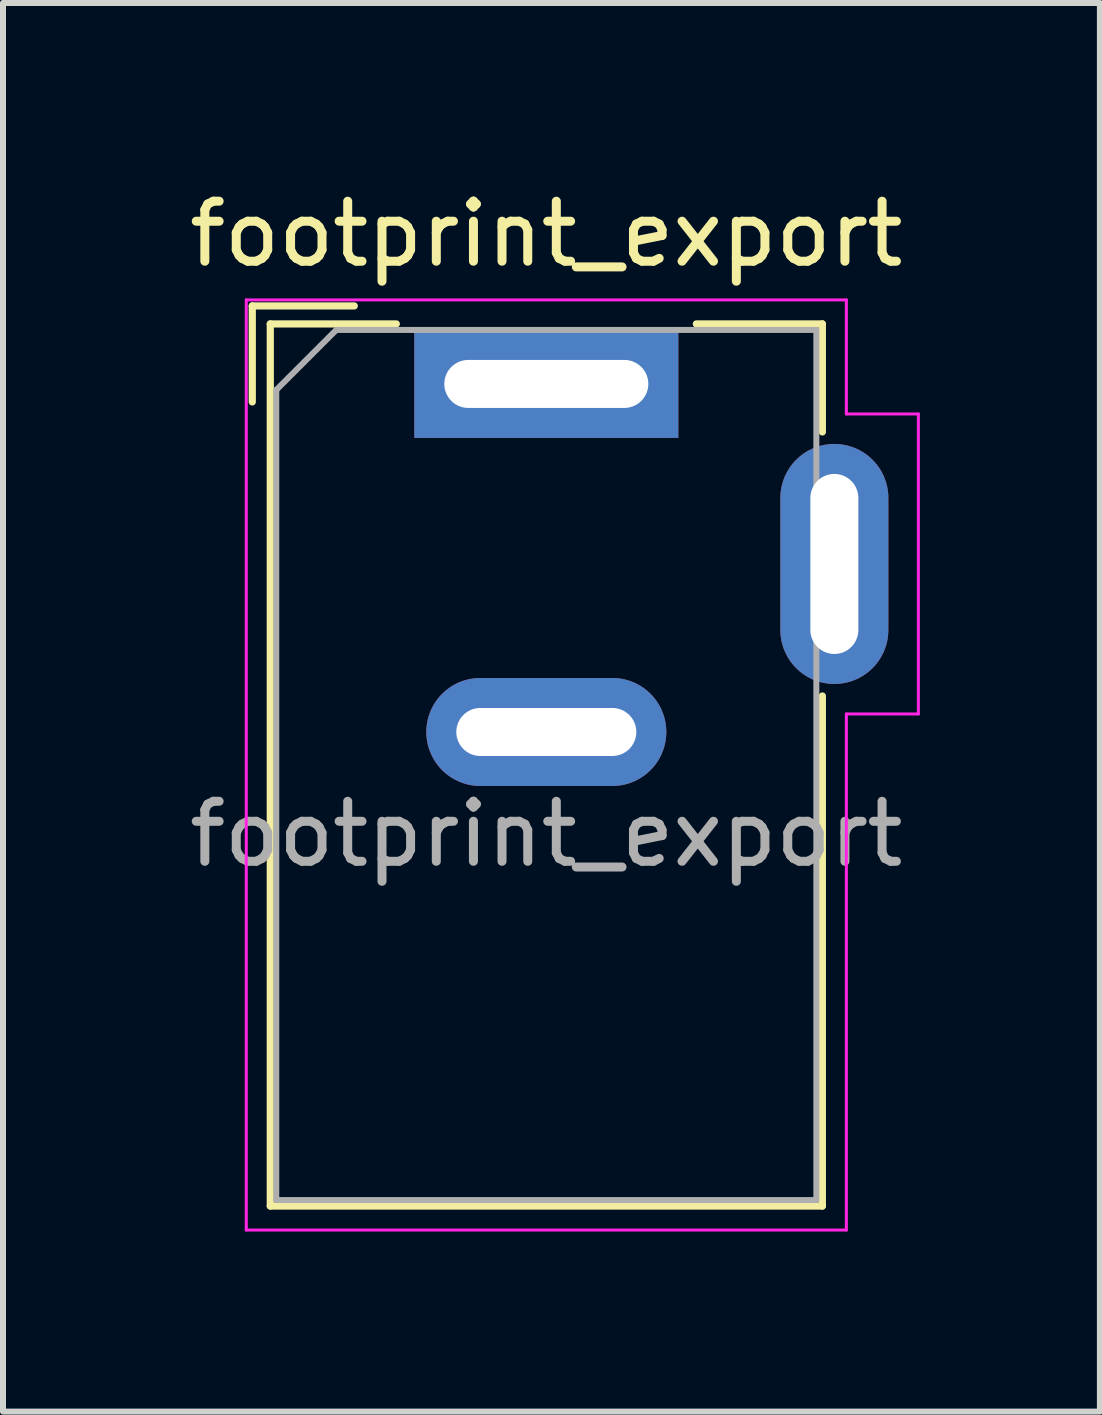
<source format=kicad_pcb>
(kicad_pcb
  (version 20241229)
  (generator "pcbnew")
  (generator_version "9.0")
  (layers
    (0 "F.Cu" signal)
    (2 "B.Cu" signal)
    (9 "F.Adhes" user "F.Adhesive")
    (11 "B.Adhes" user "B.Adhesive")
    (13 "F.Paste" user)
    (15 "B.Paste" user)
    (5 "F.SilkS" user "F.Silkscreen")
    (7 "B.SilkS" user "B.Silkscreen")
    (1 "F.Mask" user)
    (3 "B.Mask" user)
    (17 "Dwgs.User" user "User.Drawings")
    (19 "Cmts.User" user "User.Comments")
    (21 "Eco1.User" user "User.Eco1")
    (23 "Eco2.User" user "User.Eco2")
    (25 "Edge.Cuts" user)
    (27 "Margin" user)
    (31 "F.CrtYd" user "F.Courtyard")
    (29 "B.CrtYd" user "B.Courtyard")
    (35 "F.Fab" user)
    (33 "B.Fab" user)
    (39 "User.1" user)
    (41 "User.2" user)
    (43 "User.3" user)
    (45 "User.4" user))
  (footprint "footprint_export"
    (layer "F.Cu")
    (at 6.054 3.348)
    (property "Reference" "footprint_export" (at 0 -2.5 0) (layer "F.SilkS") (effects (font (size 1 1) (thickness 0.15))))
    (attr through_hole)
    (fp_line (start -4.9 -1.3) (end -4.9 0.3) (stroke (width 0.12) (type solid)) (layer "F.SilkS"))
    (fp_line (start -4.6 -1) (end -2.5 -1) (stroke (width 0.12) (type solid)) (layer "F.SilkS"))
    (fp_line (start -4.6 13.7) (end -4.6 -1) (stroke (width 0.12) (type solid)) (layer "F.SilkS"))
    (fp_line (start -3.2 -1.3) (end -4.9 -1.3) (stroke (width 0.12) (type solid)) (layer "F.SilkS"))
    (fp_line (start 2.5 -1) (end 4.6 -1) (stroke (width 0.12) (type solid)) (layer "F.SilkS"))
    (fp_line (start 4.6 -1) (end 4.6 0.8) (stroke (width 0.12) (type solid)) (layer "F.SilkS"))
    (fp_line (start 4.6 5.2) (end 4.6 13.7) (stroke (width 0.12) (type solid)) (layer "F.SilkS"))
    (fp_line (start 4.6 13.7) (end -4.6 13.7) (stroke (width 0.12) (type solid)) (layer "F.SilkS"))
    (fp_line (start -5 -1.4) (end -5 14.1) (stroke (width 0.05) (type solid)) (layer "F.CrtYd"))
    (fp_line (start -5 14.1) (end 5 14.1) (stroke (width 0.05) (type solid)) (layer "F.CrtYd"))
    (fp_line (start 5 -1.4) (end -5 -1.4) (stroke (width 0.05) (type solid)) (layer "F.CrtYd"))
    (fp_line (start 5 0.5) (end 5 -1.4) (stroke (width 0.05) (type solid)) (layer "F.CrtYd"))
    (fp_line (start 5 14.1) (end 5 5.5) (stroke (width 0.05) (type solid)) (layer "F.CrtYd"))
    (fp_line (start 6.2 0.5) (end 5 0.5) (stroke (width 0.05) (type solid)) (layer "F.CrtYd"))
    (fp_line (start 6.2 0.5) (end 6.2 5.5) (stroke (width 0.05) (type solid)) (layer "F.CrtYd"))
    (fp_line (start 6.2 5.5) (end 5 5.5) (stroke (width 0.05) (type solid)) (layer "F.CrtYd"))
    (fp_line (start -4.5 0.1) (end -3.5 -0.9) (stroke (width 0.1) (type solid)) (layer "F.Fab"))
    (fp_line (start -4.5 13.6) (end -4.5 0.1) (stroke (width 0.1) (type solid)) (layer "F.Fab"))
    (fp_line (start 4.5 -0.9) (end -3.5 -0.9) (stroke (width 0.1) (type solid)) (layer "F.Fab"))
    (fp_line (start 4.5 -0.9) (end 4.5 13.6) (stroke (width 0.1) (type solid)) (layer "F.Fab"))
    (fp_line (start 4.5 13.6) (end -4.5 13.6) (stroke (width 0.1) (type solid)) (layer "F.Fab"))
    (fp_text user "${REFERENCE}" (at 0 7.5 0) (layer "F.Fab") (effects (font (size 1 1) (thickness 0.15))))
    (pad "1" thru_hole rect (at 0 0) (size 4.4 1.8) (drill oval 3.4 0.8) (layers "*.Cu" "*.Mask"))
    (pad "2" thru_hole oval (at 0 5.8) (size 4 1.8) (drill oval 3 0.8) (layers "*.Cu" "*.Mask"))
    (pad "3" thru_hole oval (at 4.8 3 90) (size 4 1.8) (drill oval 3 0.8) (layers "*.Cu" "*.Mask")))
  (gr_rect
    (start -3 -3)
    (end 15.279 20.473)
    (stroke (width 0.1) (type default))
    (fill no)
    (layer "Edge.Cuts")))
</source>
